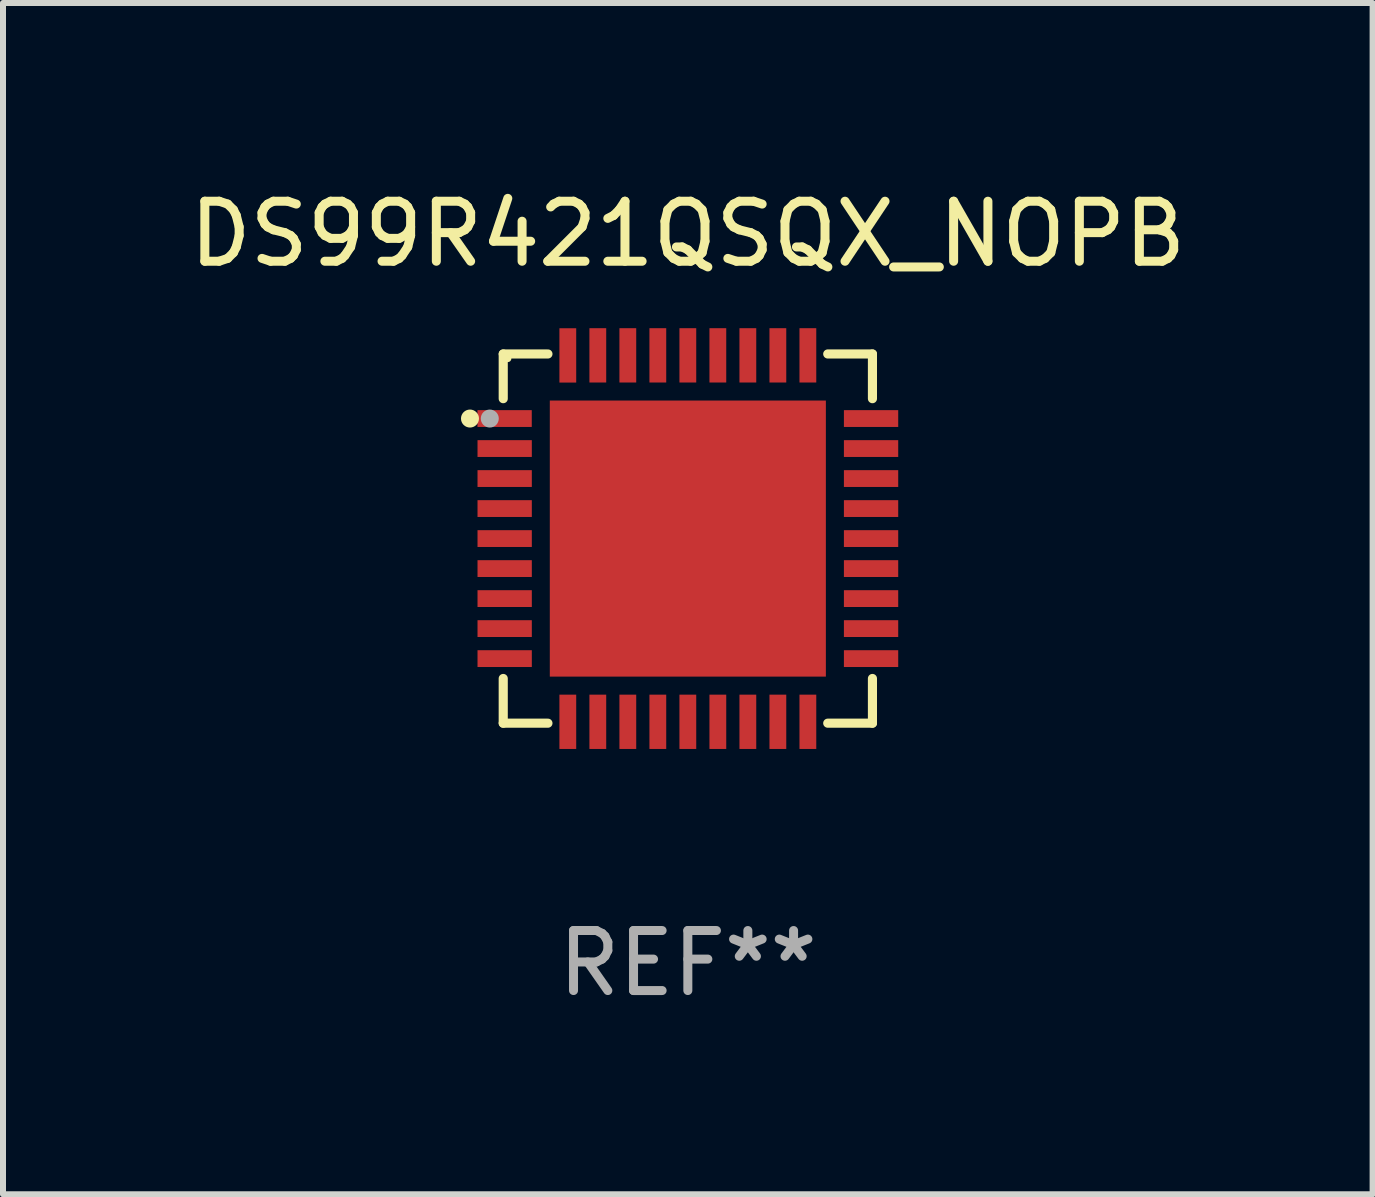
<source format=kicad_pcb>
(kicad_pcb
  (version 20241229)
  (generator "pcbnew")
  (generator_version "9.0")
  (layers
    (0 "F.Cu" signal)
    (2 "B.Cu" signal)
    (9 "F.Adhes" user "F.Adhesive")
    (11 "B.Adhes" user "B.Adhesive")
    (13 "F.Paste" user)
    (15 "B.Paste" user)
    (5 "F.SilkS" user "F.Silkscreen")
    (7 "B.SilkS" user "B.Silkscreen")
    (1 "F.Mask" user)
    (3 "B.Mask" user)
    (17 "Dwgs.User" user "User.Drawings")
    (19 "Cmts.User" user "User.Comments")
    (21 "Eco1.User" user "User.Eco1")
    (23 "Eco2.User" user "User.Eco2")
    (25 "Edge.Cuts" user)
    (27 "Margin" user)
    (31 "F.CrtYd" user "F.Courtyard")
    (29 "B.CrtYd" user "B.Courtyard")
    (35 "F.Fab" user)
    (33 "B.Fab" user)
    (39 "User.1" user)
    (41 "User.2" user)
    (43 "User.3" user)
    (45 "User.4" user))
  (footprint "DS99R421QSQX_NOPB"
    (layer "F.Cu")
    (at 8.411 5.924)
    (property "Reference" "DS99R421QSQX_NOPB" (at 0 -5.076 0) (layer "F.SilkS") (effects (font (size 1 1) (thickness 0.15))))
    (attr through_hole)
    (fp_line (start -3.076 -3.076) (end -3.076 -2.331) (stroke (width 0.152) (type solid)) (layer "F.SilkS"))
    (fp_line (start -3.076 3.076) (end -3.076 2.331) (stroke (width 0.152) (type solid)) (layer "F.SilkS"))
    (fp_line (start -2.331 -3.076) (end -3.076 -3.076) (stroke (width 0.152) (type solid)) (layer "F.SilkS"))
    (fp_line (start -2.331 3.076) (end -3.076 3.076) (stroke (width 0.152) (type solid)) (layer "F.SilkS"))
    (fp_line (start 2.331 -3.076) (end 3.076 -3.076) (stroke (width 0.152) (type solid)) (layer "F.SilkS"))
    (fp_line (start 2.331 3.076) (end 3.076 3.076) (stroke (width 0.152) (type solid)) (layer "F.SilkS"))
    (fp_line (start 3.076 -3.076) (end 3.076 -2.331) (stroke (width 0.152) (type solid)) (layer "F.SilkS"))
    (fp_line (start 3.076 3.076) (end 3.076 2.331) (stroke (width 0.152) (type solid)) (layer "F.SilkS"))
    (fp_circle (center -3.63 -2) (end -3.555 -2) (stroke (width 0.15) (type solid)) (fill no) (layer "F.SilkS"))
    (fp_circle (center -3 -3) (end -2.97 -3) (stroke (width 0.06) (type solid)) (fill no) (layer "F.SilkS"))
    (fp_circle (center -3.3 -2) (end -3.225 -2) (stroke (width 0.15) (type solid)) (fill no) (layer "F.Fab"))
    (fp_text user "REF**" (at 0 7.076 0) (layer "F.Fab") (effects (font (size 1 1) (thickness 0.15))))
    (pad "1" smd rect (at -3.053 -2) (size 0.905 0.28) (layers "F.Cu" "F.Mask" "F.Paste"))
    (pad "2" smd rect (at -3.052 -1.5) (size 0.905 0.28) (layers "F.Cu" "F.Mask" "F.Paste"))
    (pad "3" smd rect (at -3.052 -1) (size 0.905 0.28) (layers "F.Cu" "F.Mask" "F.Paste"))
    (pad "4" smd rect (at -3.052 -0.5) (size 0.905 0.28) (layers "F.Cu" "F.Mask" "F.Paste"))
    (pad "5" smd rect (at -3.052 0) (size 0.905 0.28) (layers "F.Cu" "F.Mask" "F.Paste"))
    (pad "6" smd rect (at -3.052 0.5) (size 0.905 0.28) (layers "F.Cu" "F.Mask" "F.Paste"))
    (pad "7" smd rect (at -3.052 1) (size 0.905 0.28) (layers "F.Cu" "F.Mask" "F.Paste"))
    (pad "8" smd rect (at -3.052 1.5) (size 0.905 0.28) (layers "F.Cu" "F.Mask" "F.Paste"))
    (pad "9" smd rect (at -3.052 2) (size 0.905 0.28) (layers "F.Cu" "F.Mask" "F.Paste"))
    (pad "10" smd rect (at -2 3.053) (size 0.28 0.905) (layers "F.Cu" "F.Mask" "F.Paste"))
    (pad "11" smd rect (at -1.5 3.053) (size 0.28 0.905) (layers "F.Cu" "F.Mask" "F.Paste"))
    (pad "12" smd rect (at -1 3.053) (size 0.28 0.905) (layers "F.Cu" "F.Mask" "F.Paste"))
    (pad "13" smd rect (at -0.5 3.053) (size 0.28 0.905) (layers "F.Cu" "F.Mask" "F.Paste"))
    (pad "14" smd rect (at 0 3.053) (size 0.28 0.905) (layers "F.Cu" "F.Mask" "F.Paste"))
    (pad "15" smd rect (at 0.5 3.053) (size 0.28 0.905) (layers "F.Cu" "F.Mask" "F.Paste"))
    (pad "16" smd rect (at 1 3.053) (size 0.28 0.905) (layers "F.Cu" "F.Mask" "F.Paste"))
    (pad "17" smd rect (at 1.5 3.053) (size 0.28 0.905) (layers "F.Cu" "F.Mask" "F.Paste"))
    (pad "18" smd rect (at 2 3.053) (size 0.28 0.905) (layers "F.Cu" "F.Mask" "F.Paste"))
    (pad "19" smd rect (at 3.053 2) (size 0.905 0.28) (layers "F.Cu" "F.Mask" "F.Paste"))
    (pad "20" smd rect (at 3.053 1.5) (size 0.905 0.28) (layers "F.Cu" "F.Mask" "F.Paste"))
    (pad "21" smd rect (at 3.053 1) (size 0.905 0.28) (layers "F.Cu" "F.Mask" "F.Paste"))
    (pad "22" smd rect (at 3.053 0.5) (size 0.905 0.28) (layers "F.Cu" "F.Mask" "F.Paste"))
    (pad "23" smd rect (at 3.053 0) (size 0.905 0.28) (layers "F.Cu" "F.Mask" "F.Paste"))
    (pad "24" smd rect (at 3.053 -0.5) (size 0.905 0.28) (layers "F.Cu" "F.Mask" "F.Paste"))
    (pad "25" smd rect (at 3.053 -1) (size 0.905 0.28) (layers "F.Cu" "F.Mask" "F.Paste"))
    (pad "26" smd rect (at 3.053 -1.5) (size 0.905 0.28) (layers "F.Cu" "F.Mask" "F.Paste"))
    (pad "27" smd rect (at 3.053 -2) (size 0.905 0.28) (layers "F.Cu" "F.Mask" "F.Paste"))
    (pad "28" smd rect (at 2 -3.053) (size 0.28 0.905) (layers "F.Cu" "F.Mask" "F.Paste"))
    (pad "29" smd rect (at 1.5 -3.053) (size 0.28 0.905) (layers "F.Cu" "F.Mask" "F.Paste"))
    (pad "30" smd rect (at 1 -3.053) (size 0.28 0.905) (layers "F.Cu" "F.Mask" "F.Paste"))
    (pad "31" smd rect (at 0.5 -3.053) (size 0.28 0.905) (layers "F.Cu" "F.Mask" "F.Paste"))
    (pad "32" smd rect (at 0 -3.053) (size 0.28 0.905) (layers "F.Cu" "F.Mask" "F.Paste"))
    (pad "33" smd rect (at -0.5 -3.053) (size 0.28 0.905) (layers "F.Cu" "F.Mask" "F.Paste"))
    (pad "34" smd rect (at -1 -3.053) (size 0.28 0.905) (layers "F.Cu" "F.Mask" "F.Paste"))
    (pad "35" smd rect (at -1.5 -3.053) (size 0.28 0.905) (layers "F.Cu" "F.Mask" "F.Paste"))
    (pad "36" smd rect (at -2 -3.052) (size 0.28 0.905) (layers "F.Cu" "F.Mask" "F.Paste"))
    (pad "37" smd rect (at 0 0) (size 4.6 4.6) (layers "F.Cu" "F.Mask" "F.Paste")))
  (gr_rect
    (start -3 -3)
    (end 19.821 16.849)
    (stroke (width 0.1) (type default))
    (fill no)
    (layer "Edge.Cuts")))
</source>
